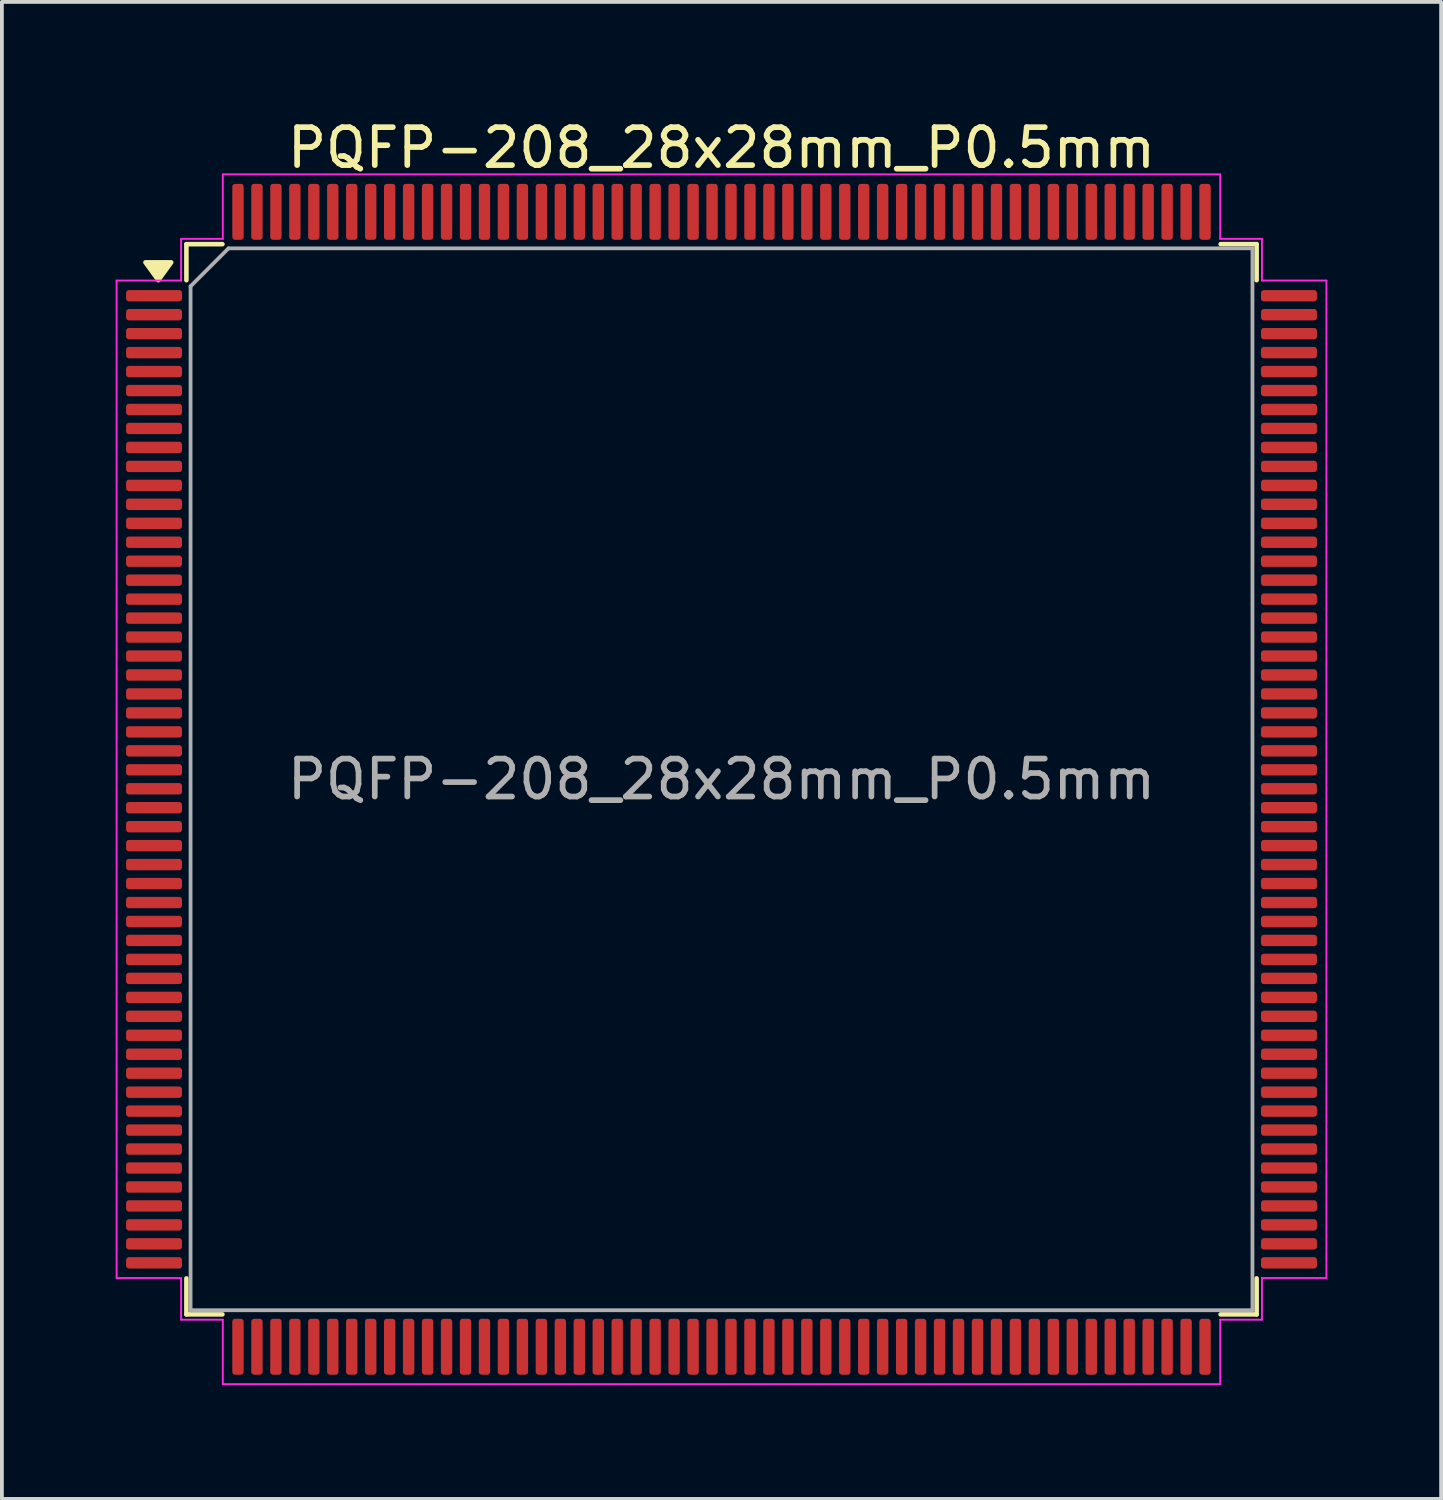
<source format=kicad_pcb>
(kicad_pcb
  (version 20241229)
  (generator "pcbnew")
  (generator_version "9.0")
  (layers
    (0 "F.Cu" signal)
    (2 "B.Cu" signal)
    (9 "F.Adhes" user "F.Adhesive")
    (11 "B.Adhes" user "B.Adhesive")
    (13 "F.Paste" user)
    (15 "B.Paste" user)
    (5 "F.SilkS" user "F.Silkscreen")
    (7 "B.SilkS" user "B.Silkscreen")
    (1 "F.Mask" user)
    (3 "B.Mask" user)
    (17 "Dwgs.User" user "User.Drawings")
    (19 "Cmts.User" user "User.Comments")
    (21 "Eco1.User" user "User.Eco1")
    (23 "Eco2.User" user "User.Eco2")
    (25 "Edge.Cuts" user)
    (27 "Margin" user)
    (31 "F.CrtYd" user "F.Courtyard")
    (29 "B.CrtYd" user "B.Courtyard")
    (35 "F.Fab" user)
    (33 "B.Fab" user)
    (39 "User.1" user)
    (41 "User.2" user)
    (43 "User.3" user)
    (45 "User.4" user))
  (footprint "PQFP-208_28x28mm_P0.5mm"
    (layer "F.Cu")
    (at 15.975 17.498)
    (property "Reference" "PQFP-208_28x28mm_P0.5mm" (at 0 -16.65 0) (layer "F.SilkS") (effects (font (size 1 1) (thickness 0.15))))
    (attr smd)
    (fp_line (start -14.11 -14.11) (end -14.11 -13.16) (stroke (width 0.12) (type solid)) (layer "F.SilkS"))
    (fp_line (start -14.11 14.11) (end -14.11 13.16) (stroke (width 0.12) (type solid)) (layer "F.SilkS"))
    (fp_line (start -13.16 -14.11) (end -14.11 -14.11) (stroke (width 0.12) (type solid)) (layer "F.SilkS"))
    (fp_line (start -13.16 14.11) (end -14.11 14.11) (stroke (width 0.12) (type solid)) (layer "F.SilkS"))
    (fp_line (start 13.16 -14.11) (end 14.11 -14.11) (stroke (width 0.12) (type solid)) (layer "F.SilkS"))
    (fp_line (start 13.16 14.11) (end 14.11 14.11) (stroke (width 0.12) (type solid)) (layer "F.SilkS"))
    (fp_line (start 14.11 -14.11) (end 14.11 -13.16) (stroke (width 0.12) (type solid)) (layer "F.SilkS"))
    (fp_line (start 14.11 14.11) (end 14.11 13.16) (stroke (width 0.12) (type solid)) (layer "F.SilkS"))
    (fp_poly (pts (xy -14.85 -13.16) (xy -15.19 -13.63) (xy -14.51 -13.63)) (stroke (width 0.12) (type solid)) (fill yes) (layer "F.SilkS"))
    (fp_line (start -15.95 -13.15) (end -14.25 -13.15) (stroke (width 0.05) (type solid)) (layer "F.CrtYd"))
    (fp_line (start -15.95 13.15) (end -15.95 -13.15) (stroke (width 0.05) (type solid)) (layer "F.CrtYd"))
    (fp_line (start -14.25 -14.25) (end -13.15 -14.25) (stroke (width 0.05) (type solid)) (layer "F.CrtYd"))
    (fp_line (start -14.25 -13.15) (end -14.25 -14.25) (stroke (width 0.05) (type solid)) (layer "F.CrtYd"))
    (fp_line (start -14.25 13.15) (end -15.95 13.15) (stroke (width 0.05) (type solid)) (layer "F.CrtYd"))
    (fp_line (start -14.25 14.25) (end -14.25 13.15) (stroke (width 0.05) (type solid)) (layer "F.CrtYd"))
    (fp_line (start -13.15 -15.95) (end 13.15 -15.95) (stroke (width 0.05) (type solid)) (layer "F.CrtYd"))
    (fp_line (start -13.15 -14.25) (end -13.15 -15.95) (stroke (width 0.05) (type solid)) (layer "F.CrtYd"))
    (fp_line (start -13.15 14.25) (end -14.25 14.25) (stroke (width 0.05) (type solid)) (layer "F.CrtYd"))
    (fp_line (start -13.15 15.95) (end -13.15 14.25) (stroke (width 0.05) (type solid)) (layer "F.CrtYd"))
    (fp_line (start 13.15 -15.95) (end 13.15 -14.25) (stroke (width 0.05) (type solid)) (layer "F.CrtYd"))
    (fp_line (start 13.15 -14.25) (end 14.25 -14.25) (stroke (width 0.05) (type solid)) (layer "F.CrtYd"))
    (fp_line (start 13.15 14.25) (end 13.15 15.95) (stroke (width 0.05) (type solid)) (layer "F.CrtYd"))
    (fp_line (start 13.15 15.95) (end -13.15 15.95) (stroke (width 0.05) (type solid)) (layer "F.CrtYd"))
    (fp_line (start 14.25 -14.25) (end 14.25 -13.15) (stroke (width 0.05) (type solid)) (layer "F.CrtYd"))
    (fp_line (start 14.25 -13.15) (end 15.95 -13.15) (stroke (width 0.05) (type solid)) (layer "F.CrtYd"))
    (fp_line (start 14.25 13.15) (end 14.25 14.25) (stroke (width 0.05) (type solid)) (layer "F.CrtYd"))
    (fp_line (start 14.25 14.25) (end 13.15 14.25) (stroke (width 0.05) (type solid)) (layer "F.CrtYd"))
    (fp_line (start 15.95 -13.15) (end 15.95 13.15) (stroke (width 0.05) (type solid)) (layer "F.CrtYd"))
    (fp_line (start 15.95 13.15) (end 14.25 13.15) (stroke (width 0.05) (type solid)) (layer "F.CrtYd"))
    (fp_line (start -14 -13) (end -13 -14) (stroke (width 0.1) (type solid)) (layer "F.Fab"))
    (fp_line (start -14 14) (end -14 -13) (stroke (width 0.1) (type solid)) (layer "F.Fab"))
    (fp_line (start -13 -14) (end 14 -14) (stroke (width 0.1) (type solid)) (layer "F.Fab"))
    (fp_line (start 14 -14) (end 14 14) (stroke (width 0.1) (type solid)) (layer "F.Fab"))
    (fp_line (start 14 14) (end -14 14) (stroke (width 0.1) (type solid)) (layer "F.Fab"))
    (fp_text user "${REFERENCE}" (at 0 0 0) (layer "F.Fab") (effects (font (size 1 1) (thickness 0.15))))
    (pad "1" smd roundrect (at -14.963 -12.75) (size 1.475 0.3) (layers "F.Cu" "F.Mask" "F.Paste") (roundrect_rratio 0.25))
    (pad "2" smd roundrect (at -14.963 -12.25) (size 1.475 0.3) (layers "F.Cu" "F.Mask" "F.Paste") (roundrect_rratio 0.25))
    (pad "3" smd roundrect (at -14.963 -11.75) (size 1.475 0.3) (layers "F.Cu" "F.Mask" "F.Paste") (roundrect_rratio 0.25))
    (pad "4" smd roundrect (at -14.963 -11.25) (size 1.475 0.3) (layers "F.Cu" "F.Mask" "F.Paste") (roundrect_rratio 0.25))
    (pad "5" smd roundrect (at -14.963 -10.75) (size 1.475 0.3) (layers "F.Cu" "F.Mask" "F.Paste") (roundrect_rratio 0.25))
    (pad "6" smd roundrect (at -14.963 -10.25) (size 1.475 0.3) (layers "F.Cu" "F.Mask" "F.Paste") (roundrect_rratio 0.25))
    (pad "7" smd roundrect (at -14.963 -9.75) (size 1.475 0.3) (layers "F.Cu" "F.Mask" "F.Paste") (roundrect_rratio 0.25))
    (pad "8" smd roundrect (at -14.963 -9.25) (size 1.475 0.3) (layers "F.Cu" "F.Mask" "F.Paste") (roundrect_rratio 0.25))
    (pad "9" smd roundrect (at -14.963 -8.75) (size 1.475 0.3) (layers "F.Cu" "F.Mask" "F.Paste") (roundrect_rratio 0.25))
    (pad "10" smd roundrect (at -14.963 -8.25) (size 1.475 0.3) (layers "F.Cu" "F.Mask" "F.Paste") (roundrect_rratio 0.25))
    (pad "11" smd roundrect (at -14.963 -7.75) (size 1.475 0.3) (layers "F.Cu" "F.Mask" "F.Paste") (roundrect_rratio 0.25))
    (pad "12" smd roundrect (at -14.963 -7.25) (size 1.475 0.3) (layers "F.Cu" "F.Mask" "F.Paste") (roundrect_rratio 0.25))
    (pad "13" smd roundrect (at -14.963 -6.75) (size 1.475 0.3) (layers "F.Cu" "F.Mask" "F.Paste") (roundrect_rratio 0.25))
    (pad "14" smd roundrect (at -14.963 -6.25) (size 1.475 0.3) (layers "F.Cu" "F.Mask" "F.Paste") (roundrect_rratio 0.25))
    (pad "15" smd roundrect (at -14.963 -5.75) (size 1.475 0.3) (layers "F.Cu" "F.Mask" "F.Paste") (roundrect_rratio 0.25))
    (pad "16" smd roundrect (at -14.963 -5.25) (size 1.475 0.3) (layers "F.Cu" "F.Mask" "F.Paste") (roundrect_rratio 0.25))
    (pad "17" smd roundrect (at -14.963 -4.75) (size 1.475 0.3) (layers "F.Cu" "F.Mask" "F.Paste") (roundrect_rratio 0.25))
    (pad "18" smd roundrect (at -14.963 -4.25) (size 1.475 0.3) (layers "F.Cu" "F.Mask" "F.Paste") (roundrect_rratio 0.25))
    (pad "19" smd roundrect (at -14.963 -3.75) (size 1.475 0.3) (layers "F.Cu" "F.Mask" "F.Paste") (roundrect_rratio 0.25))
    (pad "20" smd roundrect (at -14.963 -3.25) (size 1.475 0.3) (layers "F.Cu" "F.Mask" "F.Paste") (roundrect_rratio 0.25))
    (pad "21" smd roundrect (at -14.963 -2.75) (size 1.475 0.3) (layers "F.Cu" "F.Mask" "F.Paste") (roundrect_rratio 0.25))
    (pad "22" smd roundrect (at -14.963 -2.25) (size 1.475 0.3) (layers "F.Cu" "F.Mask" "F.Paste") (roundrect_rratio 0.25))
    (pad "23" smd roundrect (at -14.963 -1.75) (size 1.475 0.3) (layers "F.Cu" "F.Mask" "F.Paste") (roundrect_rratio 0.25))
    (pad "24" smd roundrect (at -14.963 -1.25) (size 1.475 0.3) (layers "F.Cu" "F.Mask" "F.Paste") (roundrect_rratio 0.25))
    (pad "25" smd roundrect (at -14.963 -0.75) (size 1.475 0.3) (layers "F.Cu" "F.Mask" "F.Paste") (roundrect_rratio 0.25))
    (pad "26" smd roundrect (at -14.963 -0.25) (size 1.475 0.3) (layers "F.Cu" "F.Mask" "F.Paste") (roundrect_rratio 0.25))
    (pad "27" smd roundrect (at -14.963 0.25) (size 1.475 0.3) (layers "F.Cu" "F.Mask" "F.Paste") (roundrect_rratio 0.25))
    (pad "28" smd roundrect (at -14.963 0.75) (size 1.475 0.3) (layers "F.Cu" "F.Mask" "F.Paste") (roundrect_rratio 0.25))
    (pad "29" smd roundrect (at -14.963 1.25) (size 1.475 0.3) (layers "F.Cu" "F.Mask" "F.Paste") (roundrect_rratio 0.25))
    (pad "30" smd roundrect (at -14.963 1.75) (size 1.475 0.3) (layers "F.Cu" "F.Mask" "F.Paste") (roundrect_rratio 0.25))
    (pad "31" smd roundrect (at -14.963 2.25) (size 1.475 0.3) (layers "F.Cu" "F.Mask" "F.Paste") (roundrect_rratio 0.25))
    (pad "32" smd roundrect (at -14.963 2.75) (size 1.475 0.3) (layers "F.Cu" "F.Mask" "F.Paste") (roundrect_rratio 0.25))
    (pad "33" smd roundrect (at -14.963 3.25) (size 1.475 0.3) (layers "F.Cu" "F.Mask" "F.Paste") (roundrect_rratio 0.25))
    (pad "34" smd roundrect (at -14.963 3.75) (size 1.475 0.3) (layers "F.Cu" "F.Mask" "F.Paste") (roundrect_rratio 0.25))
    (pad "35" smd roundrect (at -14.963 4.25) (size 1.475 0.3) (layers "F.Cu" "F.Mask" "F.Paste") (roundrect_rratio 0.25))
    (pad "36" smd roundrect (at -14.963 4.75) (size 1.475 0.3) (layers "F.Cu" "F.Mask" "F.Paste") (roundrect_rratio 0.25))
    (pad "37" smd roundrect (at -14.963 5.25) (size 1.475 0.3) (layers "F.Cu" "F.Mask" "F.Paste") (roundrect_rratio 0.25))
    (pad "38" smd roundrect (at -14.963 5.75) (size 1.475 0.3) (layers "F.Cu" "F.Mask" "F.Paste") (roundrect_rratio 0.25))
    (pad "39" smd roundrect (at -14.963 6.25) (size 1.475 0.3) (layers "F.Cu" "F.Mask" "F.Paste") (roundrect_rratio 0.25))
    (pad "40" smd roundrect (at -14.963 6.75) (size 1.475 0.3) (layers "F.Cu" "F.Mask" "F.Paste") (roundrect_rratio 0.25))
    (pad "41" smd roundrect (at -14.963 7.25) (size 1.475 0.3) (layers "F.Cu" "F.Mask" "F.Paste") (roundrect_rratio 0.25))
    (pad "42" smd roundrect (at -14.963 7.75) (size 1.475 0.3) (layers "F.Cu" "F.Mask" "F.Paste") (roundrect_rratio 0.25))
    (pad "43" smd roundrect (at -14.963 8.25) (size 1.475 0.3) (layers "F.Cu" "F.Mask" "F.Paste") (roundrect_rratio 0.25))
    (pad "44" smd roundrect (at -14.963 8.75) (size 1.475 0.3) (layers "F.Cu" "F.Mask" "F.Paste") (roundrect_rratio 0.25))
    (pad "45" smd roundrect (at -14.963 9.25) (size 1.475 0.3) (layers "F.Cu" "F.Mask" "F.Paste") (roundrect_rratio 0.25))
    (pad "46" smd roundrect (at -14.963 9.75) (size 1.475 0.3) (layers "F.Cu" "F.Mask" "F.Paste") (roundrect_rratio 0.25))
    (pad "47" smd roundrect (at -14.963 10.25) (size 1.475 0.3) (layers "F.Cu" "F.Mask" "F.Paste") (roundrect_rratio 0.25))
    (pad "48" smd roundrect (at -14.963 10.75) (size 1.475 0.3) (layers "F.Cu" "F.Mask" "F.Paste") (roundrect_rratio 0.25))
    (pad "49" smd roundrect (at -14.963 11.25) (size 1.475 0.3) (layers "F.Cu" "F.Mask" "F.Paste") (roundrect_rratio 0.25))
    (pad "50" smd roundrect (at -14.963 11.75) (size 1.475 0.3) (layers "F.Cu" "F.Mask" "F.Paste") (roundrect_rratio 0.25))
    (pad "51" smd roundrect (at -14.963 12.25) (size 1.475 0.3) (layers "F.Cu" "F.Mask" "F.Paste") (roundrect_rratio 0.25))
    (pad "52" smd roundrect (at -14.963 12.75) (size 1.475 0.3) (layers "F.Cu" "F.Mask" "F.Paste") (roundrect_rratio 0.25))
    (pad "53" smd roundrect (at -12.75 14.963) (size 0.3 1.475) (layers "F.Cu" "F.Mask" "F.Paste") (roundrect_rratio 0.25))
    (pad "54" smd roundrect (at -12.25 14.963) (size 0.3 1.475) (layers "F.Cu" "F.Mask" "F.Paste") (roundrect_rratio 0.25))
    (pad "55" smd roundrect (at -11.75 14.963) (size 0.3 1.475) (layers "F.Cu" "F.Mask" "F.Paste") (roundrect_rratio 0.25))
    (pad "56" smd roundrect (at -11.25 14.963) (size 0.3 1.475) (layers "F.Cu" "F.Mask" "F.Paste") (roundrect_rratio 0.25))
    (pad "57" smd roundrect (at -10.75 14.963) (size 0.3 1.475) (layers "F.Cu" "F.Mask" "F.Paste") (roundrect_rratio 0.25))
    (pad "58" smd roundrect (at -10.25 14.963) (size 0.3 1.475) (layers "F.Cu" "F.Mask" "F.Paste") (roundrect_rratio 0.25))
    (pad "59" smd roundrect (at -9.75 14.963) (size 0.3 1.475) (layers "F.Cu" "F.Mask" "F.Paste") (roundrect_rratio 0.25))
    (pad "60" smd roundrect (at -9.25 14.963) (size 0.3 1.475) (layers "F.Cu" "F.Mask" "F.Paste") (roundrect_rratio 0.25))
    (pad "61" smd roundrect (at -8.75 14.963) (size 0.3 1.475) (layers "F.Cu" "F.Mask" "F.Paste") (roundrect_rratio 0.25))
    (pad "62" smd roundrect (at -8.25 14.963) (size 0.3 1.475) (layers "F.Cu" "F.Mask" "F.Paste") (roundrect_rratio 0.25))
    (pad "63" smd roundrect (at -7.75 14.963) (size 0.3 1.475) (layers "F.Cu" "F.Mask" "F.Paste") (roundrect_rratio 0.25))
    (pad "64" smd roundrect (at -7.25 14.963) (size 0.3 1.475) (layers "F.Cu" "F.Mask" "F.Paste") (roundrect_rratio 0.25))
    (pad "65" smd roundrect (at -6.75 14.963) (size 0.3 1.475) (layers "F.Cu" "F.Mask" "F.Paste") (roundrect_rratio 0.25))
    (pad "66" smd roundrect (at -6.25 14.963) (size 0.3 1.475) (layers "F.Cu" "F.Mask" "F.Paste") (roundrect_rratio 0.25))
    (pad "67" smd roundrect (at -5.75 14.963) (size 0.3 1.475) (layers "F.Cu" "F.Mask" "F.Paste") (roundrect_rratio 0.25))
    (pad "68" smd roundrect (at -5.25 14.963) (size 0.3 1.475) (layers "F.Cu" "F.Mask" "F.Paste") (roundrect_rratio 0.25))
    (pad "69" smd roundrect (at -4.75 14.963) (size 0.3 1.475) (layers "F.Cu" "F.Mask" "F.Paste") (roundrect_rratio 0.25))
    (pad "70" smd roundrect (at -4.25 14.963) (size 0.3 1.475) (layers "F.Cu" "F.Mask" "F.Paste") (roundrect_rratio 0.25))
    (pad "71" smd roundrect (at -3.75 14.963) (size 0.3 1.475) (layers "F.Cu" "F.Mask" "F.Paste") (roundrect_rratio 0.25))
    (pad "72" smd roundrect (at -3.25 14.963) (size 0.3 1.475) (layers "F.Cu" "F.Mask" "F.Paste") (roundrect_rratio 0.25))
    (pad "73" smd roundrect (at -2.75 14.963) (size 0.3 1.475) (layers "F.Cu" "F.Mask" "F.Paste") (roundrect_rratio 0.25))
    (pad "74" smd roundrect (at -2.25 14.963) (size 0.3 1.475) (layers "F.Cu" "F.Mask" "F.Paste") (roundrect_rratio 0.25))
    (pad "75" smd roundrect (at -1.75 14.963) (size 0.3 1.475) (layers "F.Cu" "F.Mask" "F.Paste") (roundrect_rratio 0.25))
    (pad "76" smd roundrect (at -1.25 14.963) (size 0.3 1.475) (layers "F.Cu" "F.Mask" "F.Paste") (roundrect_rratio 0.25))
    (pad "77" smd roundrect (at -0.75 14.963) (size 0.3 1.475) (layers "F.Cu" "F.Mask" "F.Paste") (roundrect_rratio 0.25))
    (pad "78" smd roundrect (at -0.25 14.963) (size 0.3 1.475) (layers "F.Cu" "F.Mask" "F.Paste") (roundrect_rratio 0.25))
    (pad "79" smd roundrect (at 0.25 14.963) (size 0.3 1.475) (layers "F.Cu" "F.Mask" "F.Paste") (roundrect_rratio 0.25))
    (pad "80" smd roundrect (at 0.75 14.963) (size 0.3 1.475) (layers "F.Cu" "F.Mask" "F.Paste") (roundrect_rratio 0.25))
    (pad "81" smd roundrect (at 1.25 14.963) (size 0.3 1.475) (layers "F.Cu" "F.Mask" "F.Paste") (roundrect_rratio 0.25))
    (pad "82" smd roundrect (at 1.75 14.963) (size 0.3 1.475) (layers "F.Cu" "F.Mask" "F.Paste") (roundrect_rratio 0.25))
    (pad "83" smd roundrect (at 2.25 14.963) (size 0.3 1.475) (layers "F.Cu" "F.Mask" "F.Paste") (roundrect_rratio 0.25))
    (pad "84" smd roundrect (at 2.75 14.963) (size 0.3 1.475) (layers "F.Cu" "F.Mask" "F.Paste") (roundrect_rratio 0.25))
    (pad "85" smd roundrect (at 3.25 14.963) (size 0.3 1.475) (layers "F.Cu" "F.Mask" "F.Paste") (roundrect_rratio 0.25))
    (pad "86" smd roundrect (at 3.75 14.963) (size 0.3 1.475) (layers "F.Cu" "F.Mask" "F.Paste") (roundrect_rratio 0.25))
    (pad "87" smd roundrect (at 4.25 14.963) (size 0.3 1.475) (layers "F.Cu" "F.Mask" "F.Paste") (roundrect_rratio 0.25))
    (pad "88" smd roundrect (at 4.75 14.963) (size 0.3 1.475) (layers "F.Cu" "F.Mask" "F.Paste") (roundrect_rratio 0.25))
    (pad "89" smd roundrect (at 5.25 14.963) (size 0.3 1.475) (layers "F.Cu" "F.Mask" "F.Paste") (roundrect_rratio 0.25))
    (pad "90" smd roundrect (at 5.75 14.963) (size 0.3 1.475) (layers "F.Cu" "F.Mask" "F.Paste") (roundrect_rratio 0.25))
    (pad "91" smd roundrect (at 6.25 14.963) (size 0.3 1.475) (layers "F.Cu" "F.Mask" "F.Paste") (roundrect_rratio 0.25))
    (pad "92" smd roundrect (at 6.75 14.963) (size 0.3 1.475) (layers "F.Cu" "F.Mask" "F.Paste") (roundrect_rratio 0.25))
    (pad "93" smd roundrect (at 7.25 14.963) (size 0.3 1.475) (layers "F.Cu" "F.Mask" "F.Paste") (roundrect_rratio 0.25))
    (pad "94" smd roundrect (at 7.75 14.963) (size 0.3 1.475) (layers "F.Cu" "F.Mask" "F.Paste") (roundrect_rratio 0.25))
    (pad "95" smd roundrect (at 8.25 14.963) (size 0.3 1.475) (layers "F.Cu" "F.Mask" "F.Paste") (roundrect_rratio 0.25))
    (pad "96" smd roundrect (at 8.75 14.963) (size 0.3 1.475) (layers "F.Cu" "F.Mask" "F.Paste") (roundrect_rratio 0.25))
    (pad "97" smd roundrect (at 9.25 14.963) (size 0.3 1.475) (layers "F.Cu" "F.Mask" "F.Paste") (roundrect_rratio 0.25))
    (pad "98" smd roundrect (at 9.75 14.963) (size 0.3 1.475) (layers "F.Cu" "F.Mask" "F.Paste") (roundrect_rratio 0.25))
    (pad "99" smd roundrect (at 10.25 14.963) (size 0.3 1.475) (layers "F.Cu" "F.Mask" "F.Paste") (roundrect_rratio 0.25))
    (pad "100" smd roundrect (at 10.75 14.963) (size 0.3 1.475) (layers "F.Cu" "F.Mask" "F.Paste") (roundrect_rratio 0.25))
    (pad "101" smd roundrect (at 11.25 14.963) (size 0.3 1.475) (layers "F.Cu" "F.Mask" "F.Paste") (roundrect_rratio 0.25))
    (pad "102" smd roundrect (at 11.75 14.963) (size 0.3 1.475) (layers "F.Cu" "F.Mask" "F.Paste") (roundrect_rratio 0.25))
    (pad "103" smd roundrect (at 12.25 14.963) (size 0.3 1.475) (layers "F.Cu" "F.Mask" "F.Paste") (roundrect_rratio 0.25))
    (pad "104" smd roundrect (at 12.75 14.963) (size 0.3 1.475) (layers "F.Cu" "F.Mask" "F.Paste") (roundrect_rratio 0.25))
    (pad "105" smd roundrect (at 14.963 12.75) (size 1.475 0.3) (layers "F.Cu" "F.Mask" "F.Paste") (roundrect_rratio 0.25))
    (pad "106" smd roundrect (at 14.963 12.25) (size 1.475 0.3) (layers "F.Cu" "F.Mask" "F.Paste") (roundrect_rratio 0.25))
    (pad "107" smd roundrect (at 14.963 11.75) (size 1.475 0.3) (layers "F.Cu" "F.Mask" "F.Paste") (roundrect_rratio 0.25))
    (pad "108" smd roundrect (at 14.963 11.25) (size 1.475 0.3) (layers "F.Cu" "F.Mask" "F.Paste") (roundrect_rratio 0.25))
    (pad "109" smd roundrect (at 14.963 10.75) (size 1.475 0.3) (layers "F.Cu" "F.Mask" "F.Paste") (roundrect_rratio 0.25))
    (pad "110" smd roundrect (at 14.963 10.25) (size 1.475 0.3) (layers "F.Cu" "F.Mask" "F.Paste") (roundrect_rratio 0.25))
    (pad "111" smd roundrect (at 14.963 9.75) (size 1.475 0.3) (layers "F.Cu" "F.Mask" "F.Paste") (roundrect_rratio 0.25))
    (pad "112" smd roundrect (at 14.963 9.25) (size 1.475 0.3) (layers "F.Cu" "F.Mask" "F.Paste") (roundrect_rratio 0.25))
    (pad "113" smd roundrect (at 14.963 8.75) (size 1.475 0.3) (layers "F.Cu" "F.Mask" "F.Paste") (roundrect_rratio 0.25))
    (pad "114" smd roundrect (at 14.963 8.25) (size 1.475 0.3) (layers "F.Cu" "F.Mask" "F.Paste") (roundrect_rratio 0.25))
    (pad "115" smd roundrect (at 14.963 7.75) (size 1.475 0.3) (layers "F.Cu" "F.Mask" "F.Paste") (roundrect_rratio 0.25))
    (pad "116" smd roundrect (at 14.963 7.25) (size 1.475 0.3) (layers "F.Cu" "F.Mask" "F.Paste") (roundrect_rratio 0.25))
    (pad "117" smd roundrect (at 14.963 6.75) (size 1.475 0.3) (layers "F.Cu" "F.Mask" "F.Paste") (roundrect_rratio 0.25))
    (pad "118" smd roundrect (at 14.963 6.25) (size 1.475 0.3) (layers "F.Cu" "F.Mask" "F.Paste") (roundrect_rratio 0.25))
    (pad "119" smd roundrect (at 14.963 5.75) (size 1.475 0.3) (layers "F.Cu" "F.Mask" "F.Paste") (roundrect_rratio 0.25))
    (pad "120" smd roundrect (at 14.963 5.25) (size 1.475 0.3) (layers "F.Cu" "F.Mask" "F.Paste") (roundrect_rratio 0.25))
    (pad "121" smd roundrect (at 14.963 4.75) (size 1.475 0.3) (layers "F.Cu" "F.Mask" "F.Paste") (roundrect_rratio 0.25))
    (pad "122" smd roundrect (at 14.963 4.25) (size 1.475 0.3) (layers "F.Cu" "F.Mask" "F.Paste") (roundrect_rratio 0.25))
    (pad "123" smd roundrect (at 14.963 3.75) (size 1.475 0.3) (layers "F.Cu" "F.Mask" "F.Paste") (roundrect_rratio 0.25))
    (pad "124" smd roundrect (at 14.963 3.25) (size 1.475 0.3) (layers "F.Cu" "F.Mask" "F.Paste") (roundrect_rratio 0.25))
    (pad "125" smd roundrect (at 14.963 2.75) (size 1.475 0.3) (layers "F.Cu" "F.Mask" "F.Paste") (roundrect_rratio 0.25))
    (pad "126" smd roundrect (at 14.963 2.25) (size 1.475 0.3) (layers "F.Cu" "F.Mask" "F.Paste") (roundrect_rratio 0.25))
    (pad "127" smd roundrect (at 14.963 1.75) (size 1.475 0.3) (layers "F.Cu" "F.Mask" "F.Paste") (roundrect_rratio 0.25))
    (pad "128" smd roundrect (at 14.963 1.25) (size 1.475 0.3) (layers "F.Cu" "F.Mask" "F.Paste") (roundrect_rratio 0.25))
    (pad "129" smd roundrect (at 14.963 0.75) (size 1.475 0.3) (layers "F.Cu" "F.Mask" "F.Paste") (roundrect_rratio 0.25))
    (pad "130" smd roundrect (at 14.963 0.25) (size 1.475 0.3) (layers "F.Cu" "F.Mask" "F.Paste") (roundrect_rratio 0.25))
    (pad "131" smd roundrect (at 14.963 -0.25) (size 1.475 0.3) (layers "F.Cu" "F.Mask" "F.Paste") (roundrect_rratio 0.25))
    (pad "132" smd roundrect (at 14.963 -0.75) (size 1.475 0.3) (layers "F.Cu" "F.Mask" "F.Paste") (roundrect_rratio 0.25))
    (pad "133" smd roundrect (at 14.963 -1.25) (size 1.475 0.3) (layers "F.Cu" "F.Mask" "F.Paste") (roundrect_rratio 0.25))
    (pad "134" smd roundrect (at 14.963 -1.75) (size 1.475 0.3) (layers "F.Cu" "F.Mask" "F.Paste") (roundrect_rratio 0.25))
    (pad "135" smd roundrect (at 14.963 -2.25) (size 1.475 0.3) (layers "F.Cu" "F.Mask" "F.Paste") (roundrect_rratio 0.25))
    (pad "136" smd roundrect (at 14.963 -2.75) (size 1.475 0.3) (layers "F.Cu" "F.Mask" "F.Paste") (roundrect_rratio 0.25))
    (pad "137" smd roundrect (at 14.963 -3.25) (size 1.475 0.3) (layers "F.Cu" "F.Mask" "F.Paste") (roundrect_rratio 0.25))
    (pad "138" smd roundrect (at 14.963 -3.75) (size 1.475 0.3) (layers "F.Cu" "F.Mask" "F.Paste") (roundrect_rratio 0.25))
    (pad "139" smd roundrect (at 14.963 -4.25) (size 1.475 0.3) (layers "F.Cu" "F.Mask" "F.Paste") (roundrect_rratio 0.25))
    (pad "140" smd roundrect (at 14.963 -4.75) (size 1.475 0.3) (layers "F.Cu" "F.Mask" "F.Paste") (roundrect_rratio 0.25))
    (pad "141" smd roundrect (at 14.963 -5.25) (size 1.475 0.3) (layers "F.Cu" "F.Mask" "F.Paste") (roundrect_rratio 0.25))
    (pad "142" smd roundrect (at 14.963 -5.75) (size 1.475 0.3) (layers "F.Cu" "F.Mask" "F.Paste") (roundrect_rratio 0.25))
    (pad "143" smd roundrect (at 14.963 -6.25) (size 1.475 0.3) (layers "F.Cu" "F.Mask" "F.Paste") (roundrect_rratio 0.25))
    (pad "144" smd roundrect (at 14.963 -6.75) (size 1.475 0.3) (layers "F.Cu" "F.Mask" "F.Paste") (roundrect_rratio 0.25))
    (pad "145" smd roundrect (at 14.963 -7.25) (size 1.475 0.3) (layers "F.Cu" "F.Mask" "F.Paste") (roundrect_rratio 0.25))
    (pad "146" smd roundrect (at 14.963 -7.75) (size 1.475 0.3) (layers "F.Cu" "F.Mask" "F.Paste") (roundrect_rratio 0.25))
    (pad "147" smd roundrect (at 14.963 -8.25) (size 1.475 0.3) (layers "F.Cu" "F.Mask" "F.Paste") (roundrect_rratio 0.25))
    (pad "148" smd roundrect (at 14.963 -8.75) (size 1.475 0.3) (layers "F.Cu" "F.Mask" "F.Paste") (roundrect_rratio 0.25))
    (pad "149" smd roundrect (at 14.963 -9.25) (size 1.475 0.3) (layers "F.Cu" "F.Mask" "F.Paste") (roundrect_rratio 0.25))
    (pad "150" smd roundrect (at 14.963 -9.75) (size 1.475 0.3) (layers "F.Cu" "F.Mask" "F.Paste") (roundrect_rratio 0.25))
    (pad "151" smd roundrect (at 14.963 -10.25) (size 1.475 0.3) (layers "F.Cu" "F.Mask" "F.Paste") (roundrect_rratio 0.25))
    (pad "152" smd roundrect (at 14.963 -10.75) (size 1.475 0.3) (layers "F.Cu" "F.Mask" "F.Paste") (roundrect_rratio 0.25))
    (pad "153" smd roundrect (at 14.963 -11.25) (size 1.475 0.3) (layers "F.Cu" "F.Mask" "F.Paste") (roundrect_rratio 0.25))
    (pad "154" smd roundrect (at 14.963 -11.75) (size 1.475 0.3) (layers "F.Cu" "F.Mask" "F.Paste") (roundrect_rratio 0.25))
    (pad "155" smd roundrect (at 14.963 -12.25) (size 1.475 0.3) (layers "F.Cu" "F.Mask" "F.Paste") (roundrect_rratio 0.25))
    (pad "156" smd roundrect (at 14.963 -12.75) (size 1.475 0.3) (layers "F.Cu" "F.Mask" "F.Paste") (roundrect_rratio 0.25))
    (pad "157" smd roundrect (at 12.75 -14.963) (size 0.3 1.475) (layers "F.Cu" "F.Mask" "F.Paste") (roundrect_rratio 0.25))
    (pad "158" smd roundrect (at 12.25 -14.963) (size 0.3 1.475) (layers "F.Cu" "F.Mask" "F.Paste") (roundrect_rratio 0.25))
    (pad "159" smd roundrect (at 11.75 -14.963) (size 0.3 1.475) (layers "F.Cu" "F.Mask" "F.Paste") (roundrect_rratio 0.25))
    (pad "160" smd roundrect (at 11.25 -14.963) (size 0.3 1.475) (layers "F.Cu" "F.Mask" "F.Paste") (roundrect_rratio 0.25))
    (pad "161" smd roundrect (at 10.75 -14.963) (size 0.3 1.475) (layers "F.Cu" "F.Mask" "F.Paste") (roundrect_rratio 0.25))
    (pad "162" smd roundrect (at 10.25 -14.963) (size 0.3 1.475) (layers "F.Cu" "F.Mask" "F.Paste") (roundrect_rratio 0.25))
    (pad "163" smd roundrect (at 9.75 -14.963) (size 0.3 1.475) (layers "F.Cu" "F.Mask" "F.Paste") (roundrect_rratio 0.25))
    (pad "164" smd roundrect (at 9.25 -14.963) (size 0.3 1.475) (layers "F.Cu" "F.Mask" "F.Paste") (roundrect_rratio 0.25))
    (pad "165" smd roundrect (at 8.75 -14.963) (size 0.3 1.475) (layers "F.Cu" "F.Mask" "F.Paste") (roundrect_rratio 0.25))
    (pad "166" smd roundrect (at 8.25 -14.963) (size 0.3 1.475) (layers "F.Cu" "F.Mask" "F.Paste") (roundrect_rratio 0.25))
    (pad "167" smd roundrect (at 7.75 -14.963) (size 0.3 1.475) (layers "F.Cu" "F.Mask" "F.Paste") (roundrect_rratio 0.25))
    (pad "168" smd roundrect (at 7.25 -14.963) (size 0.3 1.475) (layers "F.Cu" "F.Mask" "F.Paste") (roundrect_rratio 0.25))
    (pad "169" smd roundrect (at 6.75 -14.963) (size 0.3 1.475) (layers "F.Cu" "F.Mask" "F.Paste") (roundrect_rratio 0.25))
    (pad "170" smd roundrect (at 6.25 -14.963) (size 0.3 1.475) (layers "F.Cu" "F.Mask" "F.Paste") (roundrect_rratio 0.25))
    (pad "171" smd roundrect (at 5.75 -14.963) (size 0.3 1.475) (layers "F.Cu" "F.Mask" "F.Paste") (roundrect_rratio 0.25))
    (pad "172" smd roundrect (at 5.25 -14.963) (size 0.3 1.475) (layers "F.Cu" "F.Mask" "F.Paste") (roundrect_rratio 0.25))
    (pad "173" smd roundrect (at 4.75 -14.963) (size 0.3 1.475) (layers "F.Cu" "F.Mask" "F.Paste") (roundrect_rratio 0.25))
    (pad "174" smd roundrect (at 4.25 -14.963) (size 0.3 1.475) (layers "F.Cu" "F.Mask" "F.Paste") (roundrect_rratio 0.25))
    (pad "175" smd roundrect (at 3.75 -14.963) (size 0.3 1.475) (layers "F.Cu" "F.Mask" "F.Paste") (roundrect_rratio 0.25))
    (pad "176" smd roundrect (at 3.25 -14.963) (size 0.3 1.475) (layers "F.Cu" "F.Mask" "F.Paste") (roundrect_rratio 0.25))
    (pad "177" smd roundrect (at 2.75 -14.963) (size 0.3 1.475) (layers "F.Cu" "F.Mask" "F.Paste") (roundrect_rratio 0.25))
    (pad "178" smd roundrect (at 2.25 -14.963) (size 0.3 1.475) (layers "F.Cu" "F.Mask" "F.Paste") (roundrect_rratio 0.25))
    (pad "179" smd roundrect (at 1.75 -14.963) (size 0.3 1.475) (layers "F.Cu" "F.Mask" "F.Paste") (roundrect_rratio 0.25))
    (pad "180" smd roundrect (at 1.25 -14.963) (size 0.3 1.475) (layers "F.Cu" "F.Mask" "F.Paste") (roundrect_rratio 0.25))
    (pad "181" smd roundrect (at 0.75 -14.963) (size 0.3 1.475) (layers "F.Cu" "F.Mask" "F.Paste") (roundrect_rratio 0.25))
    (pad "182" smd roundrect (at 0.25 -14.963) (size 0.3 1.475) (layers "F.Cu" "F.Mask" "F.Paste") (roundrect_rratio 0.25))
    (pad "183" smd roundrect (at -0.25 -14.963) (size 0.3 1.475) (layers "F.Cu" "F.Mask" "F.Paste") (roundrect_rratio 0.25))
    (pad "184" smd roundrect (at -0.75 -14.963) (size 0.3 1.475) (layers "F.Cu" "F.Mask" "F.Paste") (roundrect_rratio 0.25))
    (pad "185" smd roundrect (at -1.25 -14.963) (size 0.3 1.475) (layers "F.Cu" "F.Mask" "F.Paste") (roundrect_rratio 0.25))
    (pad "186" smd roundrect (at -1.75 -14.963) (size 0.3 1.475) (layers "F.Cu" "F.Mask" "F.Paste") (roundrect_rratio 0.25))
    (pad "187" smd roundrect (at -2.25 -14.963) (size 0.3 1.475) (layers "F.Cu" "F.Mask" "F.Paste") (roundrect_rratio 0.25))
    (pad "188" smd roundrect (at -2.75 -14.963) (size 0.3 1.475) (layers "F.Cu" "F.Mask" "F.Paste") (roundrect_rratio 0.25))
    (pad "189" smd roundrect (at -3.25 -14.963) (size 0.3 1.475) (layers "F.Cu" "F.Mask" "F.Paste") (roundrect_rratio 0.25))
    (pad "190" smd roundrect (at -3.75 -14.963) (size 0.3 1.475) (layers "F.Cu" "F.Mask" "F.Paste") (roundrect_rratio 0.25))
    (pad "191" smd roundrect (at -4.25 -14.963) (size 0.3 1.475) (layers "F.Cu" "F.Mask" "F.Paste") (roundrect_rratio 0.25))
    (pad "192" smd roundrect (at -4.75 -14.963) (size 0.3 1.475) (layers "F.Cu" "F.Mask" "F.Paste") (roundrect_rratio 0.25))
    (pad "193" smd roundrect (at -5.25 -14.963) (size 0.3 1.475) (layers "F.Cu" "F.Mask" "F.Paste") (roundrect_rratio 0.25))
    (pad "194" smd roundrect (at -5.75 -14.963) (size 0.3 1.475) (layers "F.Cu" "F.Mask" "F.Paste") (roundrect_rratio 0.25))
    (pad "195" smd roundrect (at -6.25 -14.963) (size 0.3 1.475) (layers "F.Cu" "F.Mask" "F.Paste") (roundrect_rratio 0.25))
    (pad "196" smd roundrect (at -6.75 -14.963) (size 0.3 1.475) (layers "F.Cu" "F.Mask" "F.Paste") (roundrect_rratio 0.25))
    (pad "197" smd roundrect (at -7.25 -14.963) (size 0.3 1.475) (layers "F.Cu" "F.Mask" "F.Paste") (roundrect_rratio 0.25))
    (pad "198" smd roundrect (at -7.75 -14.963) (size 0.3 1.475) (layers "F.Cu" "F.Mask" "F.Paste") (roundrect_rratio 0.25))
    (pad "199" smd roundrect (at -8.25 -14.963) (size 0.3 1.475) (layers "F.Cu" "F.Mask" "F.Paste") (roundrect_rratio 0.25))
    (pad "200" smd roundrect (at -8.75 -14.963) (size 0.3 1.475) (layers "F.Cu" "F.Mask" "F.Paste") (roundrect_rratio 0.25))
    (pad "201" smd roundrect (at -9.25 -14.963) (size 0.3 1.475) (layers "F.Cu" "F.Mask" "F.Paste") (roundrect_rratio 0.25))
    (pad "202" smd roundrect (at -9.75 -14.963) (size 0.3 1.475) (layers "F.Cu" "F.Mask" "F.Paste") (roundrect_rratio 0.25))
    (pad "203" smd roundrect (at -10.25 -14.963) (size 0.3 1.475) (layers "F.Cu" "F.Mask" "F.Paste") (roundrect_rratio 0.25))
    (pad "204" smd roundrect (at -10.75 -14.963) (size 0.3 1.475) (layers "F.Cu" "F.Mask" "F.Paste") (roundrect_rratio 0.25))
    (pad "205" smd roundrect (at -11.25 -14.963) (size 0.3 1.475) (layers "F.Cu" "F.Mask" "F.Paste") (roundrect_rratio 0.25))
    (pad "206" smd roundrect (at -11.75 -14.963) (size 0.3 1.475) (layers "F.Cu" "F.Mask" "F.Paste") (roundrect_rratio 0.25))
    (pad "207" smd roundrect (at -12.25 -14.963) (size 0.3 1.475) (layers "F.Cu" "F.Mask" "F.Paste") (roundrect_rratio 0.25))
    (pad "208" smd roundrect (at -12.75 -14.963) (size 0.3 1.475) (layers "F.Cu" "F.Mask" "F.Paste") (roundrect_rratio 0.25)))
  (gr_rect
    (start -3 -3)
    (end 34.95 36.473)
    (stroke (width 0.1) (type default))
    (fill no)
    (layer "Edge.Cuts")))
</source>
